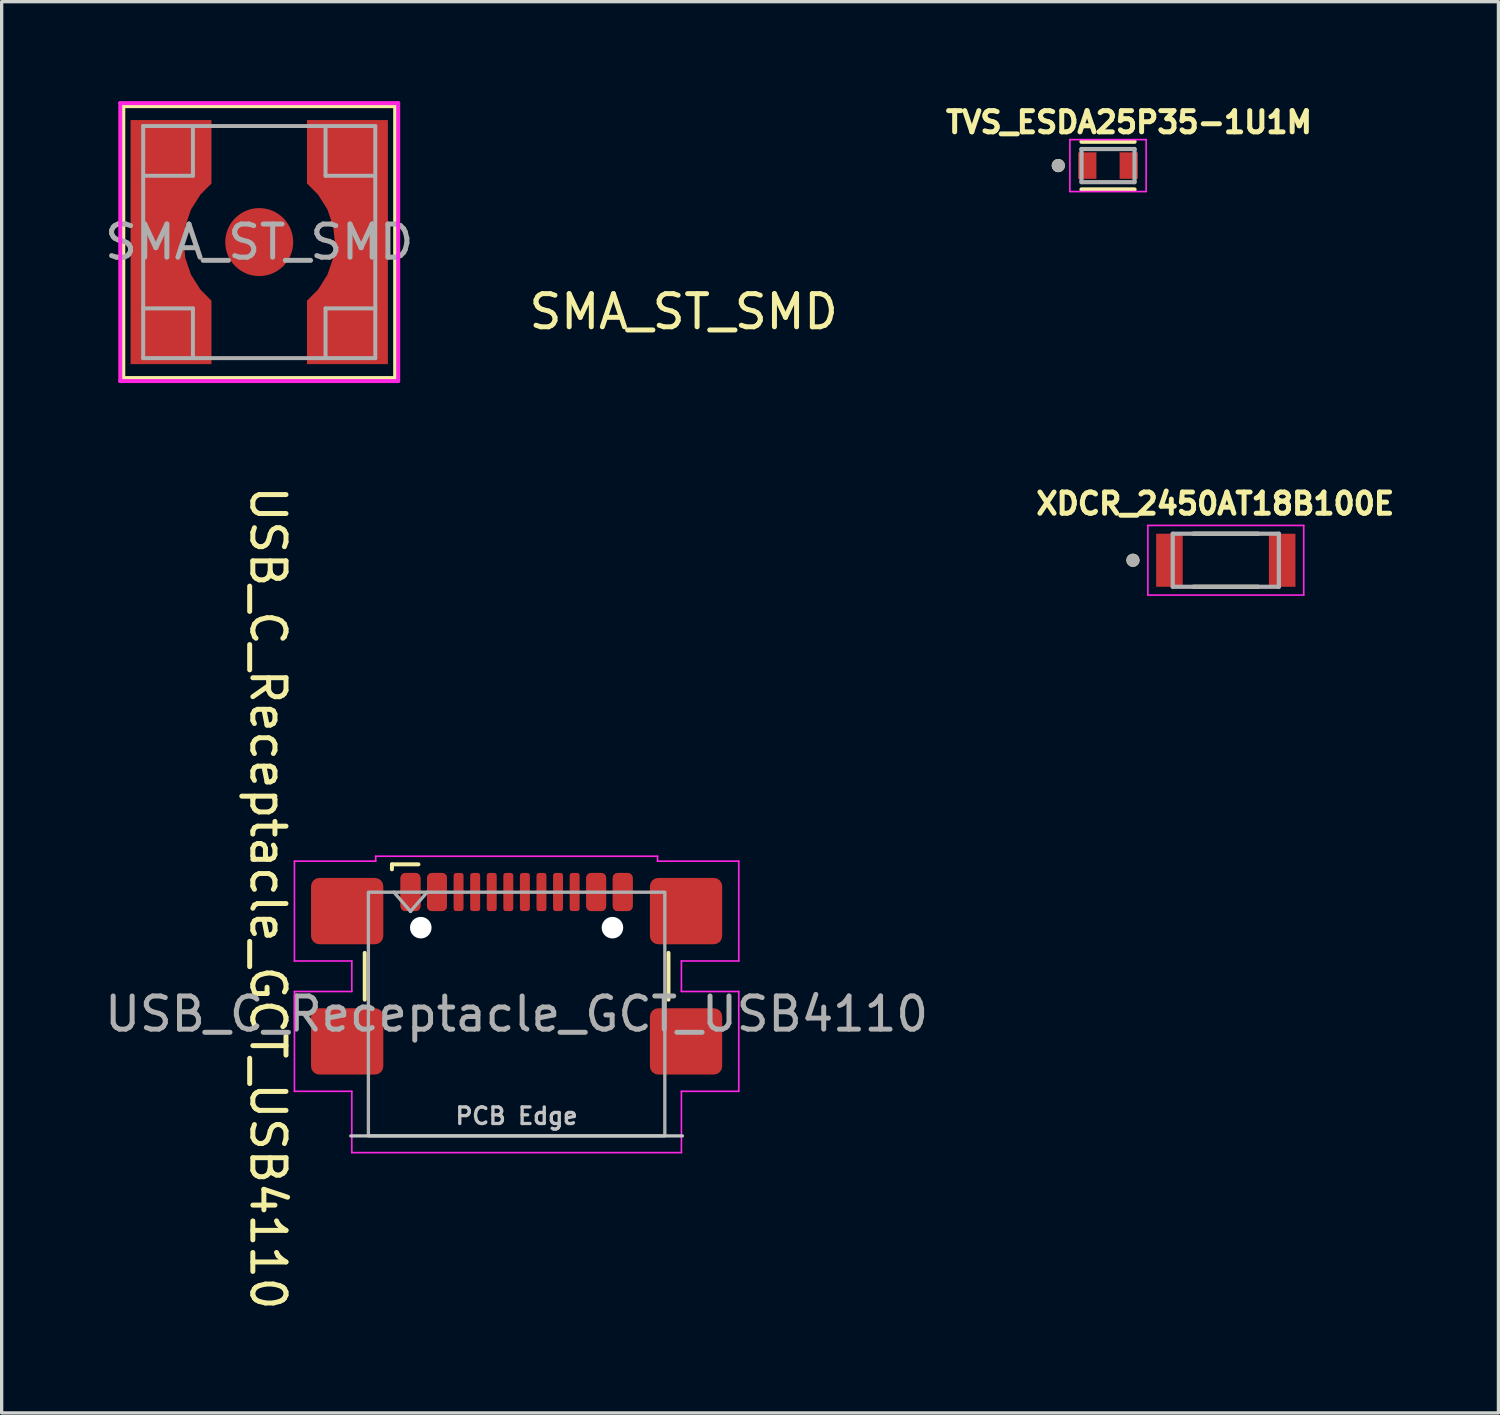
<source format=kicad_pcb>
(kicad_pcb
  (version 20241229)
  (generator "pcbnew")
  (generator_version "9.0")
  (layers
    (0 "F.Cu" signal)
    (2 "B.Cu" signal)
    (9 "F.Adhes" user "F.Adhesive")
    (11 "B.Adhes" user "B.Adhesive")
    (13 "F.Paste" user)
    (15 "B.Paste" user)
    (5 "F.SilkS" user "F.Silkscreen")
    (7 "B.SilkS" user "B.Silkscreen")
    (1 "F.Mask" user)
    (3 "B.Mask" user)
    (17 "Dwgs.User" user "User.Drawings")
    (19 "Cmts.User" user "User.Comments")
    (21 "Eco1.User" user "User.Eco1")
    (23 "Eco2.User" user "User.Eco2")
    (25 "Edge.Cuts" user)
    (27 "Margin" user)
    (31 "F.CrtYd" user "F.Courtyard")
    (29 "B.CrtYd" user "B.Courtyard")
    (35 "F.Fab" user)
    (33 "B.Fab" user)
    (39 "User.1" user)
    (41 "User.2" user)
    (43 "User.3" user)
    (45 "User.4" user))
  (footprint "TVS_ESDA25P35-1U1M"
    (layer "F.Cu")
    (at 30.366 1.944)
    (property "Reference" "TVS_ESDA25P35-1U1M" (at 0.632 -1.306 0) (layer "F.SilkS") (effects (font (size 0.64 0.64) (thickness 0.15))))
    (attr smd)
    (fp_line (start -0.8 -0.72) (end 0.8 -0.72) (stroke (width 0.127) (type solid)) (layer "F.SilkS"))
    (fp_line (start -0.8 0.72) (end 0.8 0.72) (stroke (width 0.127) (type solid)) (layer "F.SilkS"))
    (fp_circle (center -1.5 0) (end -1.4 0) (stroke (width 0.2) (type solid)) (fill no) (layer "F.SilkS"))
    (fp_poly (pts (xy -0.885 -0.38) (xy -0.365 -0.38) (xy -0.365 0.38) (xy -0.885 0.38)) (stroke (width 0.01) (type solid)) (fill yes) (layer "F.Paste"))
    (fp_poly (pts (xy 0.365 -0.38) (xy 0.885 -0.38) (xy 0.885 0.38) (xy 0.365 0.38)) (stroke (width 0.01) (type solid)) (fill yes) (layer "F.Paste"))
    (fp_line (start -1.15 -0.783) (end -1.15 0.783) (stroke (width 0.05) (type solid)) (layer "F.CrtYd"))
    (fp_line (start -1.15 0.783) (end 1.15 0.783) (stroke (width 0.05) (type solid)) (layer "F.CrtYd"))
    (fp_line (start 1.15 -0.783) (end -1.15 -0.783) (stroke (width 0.05) (type solid)) (layer "F.CrtYd"))
    (fp_line (start 1.15 0.783) (end 1.15 -0.783) (stroke (width 0.05) (type solid)) (layer "F.CrtYd"))
    (fp_line (start -0.8 -0.5) (end 0.8 -0.5) (stroke (width 0.127) (type solid)) (layer "F.Fab"))
    (fp_line (start -0.8 0.5) (end -0.8 -0.5) (stroke (width 0.127) (type solid)) (layer "F.Fab"))
    (fp_line (start 0.8 -0.5) (end 0.8 0.5) (stroke (width 0.127) (type solid)) (layer "F.Fab"))
    (fp_line (start 0.8 0.5) (end -0.8 0.5) (stroke (width 0.127) (type solid)) (layer "F.Fab"))
    (fp_circle (center -1.5 0) (end -1.4 0) (stroke (width 0.2) (type solid)) (fill no) (layer "F.Fab"))
    (pad "A" smd rect (at 0.625 0) (size 0.55 0.8) (layers "F.Cu" "F.Mask"))
    (pad "C" smd rect (at -0.625 0) (size 0.55 0.8) (layers "F.Cu" "F.Mask")))
  (footprint "XDCR_2450AT18B100E"
    (layer "F.Cu")
    (at 33.918 13.846)
    (property "Reference" "XDCR_2450AT18B100E" (at -0.318 -1.706 0) (layer "F.SilkS") (effects (font (size 0.64 0.64) (thickness 0.15))))
    (attr smd)
    (fp_line (start -0.98 -0.8) (end 0.98 -0.8) (stroke (width 0.127) (type solid)) (layer "F.SilkS"))
    (fp_line (start -0.98 0.8) (end 0.98 0.8) (stroke (width 0.127) (type solid)) (layer "F.SilkS"))
    (fp_circle (center -2.8 0) (end -2.7 0) (stroke (width 0.2) (type solid)) (fill no) (layer "F.SilkS"))
    (fp_line (start -2.35 -1.05) (end 2.35 -1.05) (stroke (width 0.05) (type solid)) (layer "F.CrtYd"))
    (fp_line (start -2.35 1.05) (end -2.35 -1.05) (stroke (width 0.05) (type solid)) (layer "F.CrtYd"))
    (fp_line (start 2.35 -1.05) (end 2.35 1.05) (stroke (width 0.05) (type solid)) (layer "F.CrtYd"))
    (fp_line (start 2.35 1.05) (end -2.35 1.05) (stroke (width 0.05) (type solid)) (layer "F.CrtYd"))
    (fp_line (start -1.6 -0.8) (end -1.6 0.8) (stroke (width 0.127) (type solid)) (layer "F.Fab"))
    (fp_line (start -1.6 0.8) (end 1.6 0.8) (stroke (width 0.127) (type solid)) (layer "F.Fab"))
    (fp_line (start 1.6 -0.8) (end -1.6 -0.8) (stroke (width 0.127) (type solid)) (layer "F.Fab"))
    (fp_line (start 1.6 0.8) (end 1.6 -0.8) (stroke (width 0.127) (type solid)) (layer "F.Fab"))
    (fp_circle (center -2.8 0) (end -2.7 0) (stroke (width 0.2) (type solid)) (fill no) (layer "F.Fab"))
    (pad "1" smd rect (at -1.7 0) (size 0.8 1.6) (layers "F.Cu" "F.Mask" "F.Paste"))
    (pad "2" smd rect (at 1.7 0) (size 0.8 1.6) (layers "F.Cu" "F.Mask" "F.Paste")))
  (footprint "USB_C_Receptacle_GCT_USB4110"
    (layer "F.Cu")
    (at 12.53 27.532)
    (property "Reference" "USB_C_Receptacle_GCT_USB4110" (at -7.5 -3.5 270) (unlocked yes) (layer "F.SilkS") (effects (font (size 1 1) (thickness 0.15))))
    (attr smd)
    (fp_line (start -4.58 -0.435) (end -4.58 -1.845) (stroke (width 0.12) (type default)) (layer "F.SilkS"))
    (fp_line (start -3.76 -4.515) (end -3.76 -4.365) (stroke (width 0.12) (type default)) (layer "F.SilkS"))
    (fp_line (start -2.96 -4.515) (end -3.76 -4.515) (stroke (width 0.12) (type default)) (layer "F.SilkS"))
    (fp_line (start 4.58 -0.435) (end 4.58 -1.845) (stroke (width 0.12) (type default)) (layer "F.SilkS"))
    (fp_line (start -5 3.675) (end 5 3.675) (stroke (width 0.1) (type default)) (layer "Dwgs.User"))
    (fp_line (start -6.7 -4.61) (end -4.25 -4.61) (stroke (width 0.05) (type default)) (layer "F.CrtYd"))
    (fp_line (start -6.7 -1.6) (end -6.7 -4.61) (stroke (width 0.05) (type default)) (layer "F.CrtYd"))
    (fp_line (start -6.7 -0.68) (end -4.97 -0.68) (stroke (width 0.05) (type default)) (layer "F.CrtYd"))
    (fp_line (start -6.7 2.33) (end -6.7 -0.68) (stroke (width 0.05) (type default)) (layer "F.CrtYd"))
    (fp_line (start -4.97 -1.6) (end -6.7 -1.6) (stroke (width 0.05) (type default)) (layer "F.CrtYd"))
    (fp_line (start -4.97 -0.68) (end -4.97 -1.6) (stroke (width 0.05) (type default)) (layer "F.CrtYd"))
    (fp_line (start -4.97 2.33) (end -6.7 2.33) (stroke (width 0.05) (type default)) (layer "F.CrtYd"))
    (fp_line (start -4.97 4.18) (end -4.97 2.33) (stroke (width 0.05) (type default)) (layer "F.CrtYd"))
    (fp_line (start -4.25 -4.76) (end 4.25 -4.76) (stroke (width 0.05) (type default)) (layer "F.CrtYd"))
    (fp_line (start -4.25 -4.61) (end -4.25 -4.76) (stroke (width 0.05) (type default)) (layer "F.CrtYd"))
    (fp_line (start 4.25 -4.76) (end 4.25 -4.61) (stroke (width 0.05) (type default)) (layer "F.CrtYd"))
    (fp_line (start 4.25 -4.61) (end 6.7 -4.61) (stroke (width 0.05) (type default)) (layer "F.CrtYd"))
    (fp_line (start 4.97 -1.6) (end 4.97 -0.68) (stroke (width 0.05) (type default)) (layer "F.CrtYd"))
    (fp_line (start 4.97 -0.68) (end 6.7 -0.68) (stroke (width 0.05) (type default)) (layer "F.CrtYd"))
    (fp_line (start 4.97 2.33) (end 4.97 4.18) (stroke (width 0.05) (type default)) (layer "F.CrtYd"))
    (fp_line (start 4.97 4.18) (end -4.97 4.18) (stroke (width 0.05) (type default)) (layer "F.CrtYd"))
    (fp_line (start 6.7 -4.61) (end 6.7 -1.6) (stroke (width 0.05) (type default)) (layer "F.CrtYd"))
    (fp_line (start 6.7 -1.6) (end 4.97 -1.6) (stroke (width 0.05) (type default)) (layer "F.CrtYd"))
    (fp_line (start 6.7 -0.68) (end 6.7 2.33) (stroke (width 0.05) (type default)) (layer "F.CrtYd"))
    (fp_line (start 6.7 2.33) (end 4.97 2.33) (stroke (width 0.05) (type default)) (layer "F.CrtYd"))
    (fp_line (start -3.7 -3.675) (end -3.2 -3.095) (stroke (width 0.1) (type default)) (layer "F.Fab"))
    (fp_line (start -3.2 -3.095) (end -2.7 -3.675) (stroke (width 0.1) (type default)) (layer "F.Fab"))
    (fp_rect (start -4.47 -3.675) (end 4.47 3.675) (stroke (width 0.1) (type default)) (fill no) (layer "F.Fab"))
    (fp_text user "PCB Edge" (at 0 3.075 0) (unlocked yes) (layer "Dwgs.User") (effects (font (size 0.5 0.5) (thickness 0.1) (bold yes))))
    (fp_text user "${REFERENCE}" (at 0 0 0) (unlocked yes) (layer "F.Fab") (effects (font (size 1 1) (thickness 0.15))))
    (pad "" np_thru_hole circle (at -2.89 -2.605) (size 0.65 0.65) (drill 0.65) (layers "*.Cu" "*.Mask"))
    (pad "" np_thru_hole circle (at 2.89 -2.605) (size 0.65 0.65) (drill 0.65) (layers "*.Cu" "*.Mask"))
    (pad "A1" smd roundrect (at -3.2 -3.68) (size 0.6 1.15) (layers "F.Cu" "F.Mask" "F.Paste") (roundrect_rratio 0.25))
    (pad "A4" smd roundrect (at -2.4 -3.68) (size 0.6 1.15) (layers "F.Cu" "F.Mask" "F.Paste") (roundrect_rratio 0.25))
    (pad "A5" smd roundrect (at -1.25 -3.68) (size 0.3 1.15) (layers "F.Cu" "F.Mask" "F.Paste") (roundrect_rratio 0.25))
    (pad "A6" smd roundrect (at -0.25 -3.68) (size 0.3 1.15) (layers "F.Cu" "F.Mask" "F.Paste") (roundrect_rratio 0.25))
    (pad "A7" smd roundrect (at 0.25 -3.68) (size 0.3 1.15) (layers "F.Cu" "F.Mask" "F.Paste") (roundrect_rratio 0.25))
    (pad "A8" smd roundrect (at 1.25 -3.68) (size 0.3 1.15) (layers "F.Cu" "F.Mask" "F.Paste") (roundrect_rratio 0.25))
    (pad "A9" smd roundrect (at 2.4 -3.68) (size 0.6 1.15) (layers "F.Cu" "F.Mask" "F.Paste") (roundrect_rratio 0.25))
    (pad "A12" smd roundrect (at 3.2 -3.68) (size 0.6 1.15) (layers "F.Cu" "F.Mask" "F.Paste") (roundrect_rratio 0.25))
    (pad "B1" smd roundrect (at 3.2 -3.68) (size 0.6 1.15) (layers "F.Cu" "F.Mask" "F.Paste") (roundrect_rratio 0.25))
    (pad "B4" smd roundrect (at 2.4 -3.68) (size 0.6 1.15) (layers "F.Cu" "F.Mask" "F.Paste") (roundrect_rratio 0.25))
    (pad "B5" smd roundrect (at 1.75 -3.68) (size 0.3 1.15) (layers "F.Cu" "F.Mask" "F.Paste") (roundrect_rratio 0.25))
    (pad "B6" smd roundrect (at 0.75 -3.68) (size 0.3 1.15) (layers "F.Cu" "F.Mask" "F.Paste") (roundrect_rratio 0.25))
    (pad "B7" smd roundrect (at -0.75 -3.68) (size 0.3 1.15) (layers "F.Cu" "F.Mask" "F.Paste") (roundrect_rratio 0.25))
    (pad "B8" smd roundrect (at -1.75 -3.68) (size 0.3 1.15) (layers "F.Cu" "F.Mask" "F.Paste") (roundrect_rratio 0.25))
    (pad "B9" smd roundrect (at -2.4 -3.68) (size 0.6 1.15) (layers "F.Cu" "F.Mask" "F.Paste") (roundrect_rratio 0.25))
    (pad "B12" smd roundrect (at -3.2 -3.68) (size 0.6 1.15) (layers "F.Cu" "F.Mask" "F.Paste") (roundrect_rratio 0.25))
    (pad "S1" smd roundrect (at -5.11 -3.105) (size 2.18 2) (layers "F.Cu" "F.Mask" "F.Paste") (roundrect_rratio 0.125))
    (pad "S1" smd roundrect (at -5.11 0.825) (size 2.18 2) (layers "F.Cu" "F.Mask" "F.Paste") (roundrect_rratio 0.125))
    (pad "S1" smd roundrect (at 5.11 -3.105) (size 2.18 2) (layers "F.Cu" "F.Mask" "F.Paste") (roundrect_rratio 0.125))
    (pad "S1" smd roundrect (at 5.11 0.825) (size 2.18 2) (layers "F.Cu" "F.Mask" "F.Paste") (roundrect_rratio 0.125)))
  (footprint "SMA_ST_SMD"
    (layer "F.Cu")
    (at 4.768 4.251)
    (property "Reference" "SMA_ST_SMD" (at 12.8 2.1 180) (layer "F.SilkS") (effects (font (size 1 1) (thickness 0.15))))
    (attr smd)
    (fp_line (start -4.1 -4.1) (end 4.1 -4.1) (stroke (width 0.12) (type solid)) (layer "F.SilkS"))
    (fp_line (start -4.1 4.1) (end -4.1 -4.1) (stroke (width 0.12) (type solid)) (layer "F.SilkS"))
    (fp_line (start 4.1 -4.1) (end 4.1 4.1) (stroke (width 0.12) (type solid)) (layer "F.SilkS"))
    (fp_line (start 4.1 4.1) (end -4.1 4.1) (stroke (width 0.12) (type solid)) (layer "F.SilkS"))
    (fp_line (start -4.191 -4.191) (end -4.191 4.191) (stroke (width 0.12) (type solid)) (layer "F.CrtYd"))
    (fp_line (start -4.191 4.191) (end 4.191 4.191) (stroke (width 0.12) (type solid)) (layer "F.CrtYd"))
    (fp_line (start 4.191 -4.191) (end -4.191 -4.191) (stroke (width 0.12) (type solid)) (layer "F.CrtYd"))
    (fp_line (start 4.191 4.191) (end 4.191 -4.191) (stroke (width 0.12) (type solid)) (layer "F.CrtYd"))
    (fp_line (start -3.5 -3.5) (end 3.5 -3.5) (stroke (width 0.12) (type solid)) (layer "F.Fab"))
    (fp_line (start -3.5 -2) (end -2 -2) (stroke (width 0.12) (type solid)) (layer "F.Fab"))
    (fp_line (start -3.5 3.5) (end -3.5 -3.5) (stroke (width 0.12) (type solid)) (layer "F.Fab"))
    (fp_line (start -2 -2) (end -2 -3.5) (stroke (width 0.12) (type solid)) (layer "F.Fab"))
    (fp_line (start -2 2) (end -3.5 2) (stroke (width 0.12) (type solid)) (layer "F.Fab"))
    (fp_line (start -2 3.5) (end -2 2) (stroke (width 0.12) (type solid)) (layer "F.Fab"))
    (fp_line (start 2 -3.5) (end 2 -2) (stroke (width 0.12) (type solid)) (layer "F.Fab"))
    (fp_line (start 2 -2) (end 3.5 -2) (stroke (width 0.12) (type solid)) (layer "F.Fab"))
    (fp_line (start 2 2) (end 3.5 2) (stroke (width 0.12) (type solid)) (layer "F.Fab"))
    (fp_line (start 2 3.5) (end 2 2) (stroke (width 0.12) (type solid)) (layer "F.Fab"))
    (fp_line (start 3.5 -3.5) (end 3.5 3.5) (stroke (width 0.12) (type solid)) (layer "F.Fab"))
    (fp_line (start 3.5 3.5) (end -3.5 3.5) (stroke (width 0.12) (type solid)) (layer "F.Fab"))
    (fp_text user "${REFERENCE}" (at 0 0 180) (layer "F.Fab") (effects (font (size 1 1) (thickness 0.15))))
    (pad "1" smd circle (at 0 0) (size 2.05 2.05) (layers "F.Cu" "F.Mask" "F.Paste"))
    (pad "2" smd custom (at -3.08 0) (size 1 1) (layers "F.Cu" "F.Mask" "F.Paste") (options (anchor rect)) (primitives (gr_poly (pts (xy -0.8 3.68) (xy 1.64 3.68) (xy 1.64 1.768) (xy 1.303 1.428) (xy 1.021 0.979) (xy 0.85 0.476) (xy 0.8 0) (xy 0.85 -0.476) (xy 1.021 -0.979) (xy 1.303 -1.428) (xy 1.64 -1.768) (xy 1.64 -3.68) (xy -0.8 -3.68)) (width 0) (fill yes))))
    (pad "2" smd custom (at 3.08 0 180) (size 1 1) (layers "F.Cu" "F.Mask" "F.Paste") (options (anchor rect)) (primitives (gr_poly (pts (xy -0.8 3.68) (xy 1.64 3.68) (xy 1.64 1.768) (xy 1.303 1.428) (xy 1.021 0.979) (xy 0.85 0.476) (xy 0.8 0) (xy 0.85 -0.476) (xy 1.021 -0.979) (xy 1.303 -1.428) (xy 1.64 -1.768) (xy 1.64 -3.68) (xy -0.8 -3.68)) (width 0) (fill yes)))))
  (gr_rect
    (start -3 -3)
    (end 42.14 39.562)
    (stroke (width 0.1) (type default))
    (fill no)
    (layer "Edge.Cuts")))
</source>
